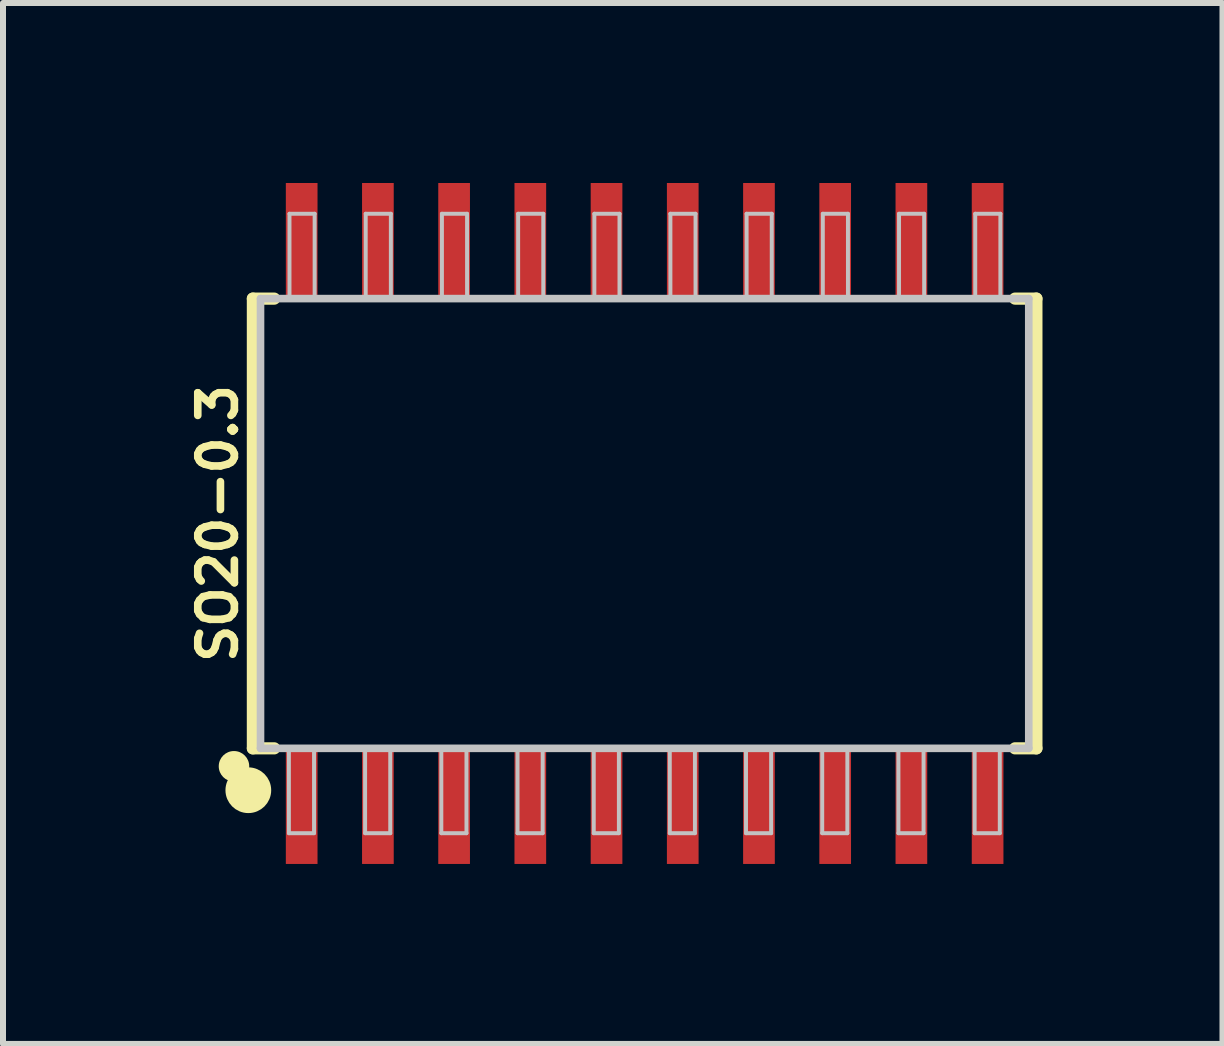
<source format=kicad_pcb>
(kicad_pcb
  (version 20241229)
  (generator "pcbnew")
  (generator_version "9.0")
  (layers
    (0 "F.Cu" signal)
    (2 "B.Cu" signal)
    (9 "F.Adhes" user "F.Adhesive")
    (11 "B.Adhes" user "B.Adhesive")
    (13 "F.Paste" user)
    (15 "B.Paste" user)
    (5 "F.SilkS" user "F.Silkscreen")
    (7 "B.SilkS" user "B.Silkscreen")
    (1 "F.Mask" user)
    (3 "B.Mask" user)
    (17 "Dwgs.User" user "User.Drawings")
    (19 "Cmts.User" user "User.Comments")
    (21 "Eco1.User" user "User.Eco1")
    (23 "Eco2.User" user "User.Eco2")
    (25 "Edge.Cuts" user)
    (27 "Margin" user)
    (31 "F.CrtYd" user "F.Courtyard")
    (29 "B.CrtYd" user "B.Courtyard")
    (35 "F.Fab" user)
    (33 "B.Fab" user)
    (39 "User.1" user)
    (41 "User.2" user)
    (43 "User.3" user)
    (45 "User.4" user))
  (footprint "SO20-0.3"
    (layer "F.Cu")
    (at 7.692 5.673)
    (property "Reference" "SO20-0.3" (at -7.112 0 90) (layer "F.SilkS") (effects (font (size 0.61 0.61) (thickness 0.127))))
    (attr smd)
    (fp_line (start -6.528 -3.747) (end -6.528 3.747) (stroke (width 0.203) (type solid)) (layer "F.SilkS"))
    (fp_line (start -6.528 -3.747) (end -6.172 -3.747) (stroke (width 0.203) (type solid)) (layer "F.SilkS"))
    (fp_line (start -6.528 3.747) (end -6.172 3.747) (stroke (width 0.203) (type solid)) (layer "F.SilkS"))
    (fp_line (start 6.528 -3.747) (end 6.172 -3.747) (stroke (width 0.203) (type solid)) (layer "F.SilkS"))
    (fp_line (start 6.528 3.747) (end 6.172 3.747) (stroke (width 0.203) (type solid)) (layer "F.SilkS"))
    (fp_line (start 6.528 3.747) (end 6.528 -3.747) (stroke (width 0.203) (type solid)) (layer "F.SilkS"))
    (fp_circle (center -6.843 4.046) (end -6.843 3.792) (stroke (width 0) (type solid)) (fill yes) (layer "F.SilkS"))
    (fp_circle (center -6.604 4.445) (end -6.477 4.445) (stroke (width 0.254) (type solid)) (fill no) (layer "F.SilkS"))
    (fp_circle (center -6.604 4.445) (end -6.35 4.445) (stroke (width 0.254) (type solid)) (fill no) (layer "F.SilkS"))
    (fp_line (start -6.401 -3.747) (end -6.401 3.747) (stroke (width 0.127) (type solid)) (layer "Dwgs.User"))
    (fp_line (start -6.401 3.747) (end 6.401 3.747) (stroke (width 0.127) (type solid)) (layer "Dwgs.User"))
    (fp_line (start -5.928 3.747) (end -5.509 3.747) (stroke (width 0.066) (type solid)) (layer "Dwgs.User"))
    (fp_line (start -5.928 5.161) (end -5.928 3.747) (stroke (width 0.066) (type solid)) (layer "Dwgs.User"))
    (fp_line (start -5.928 5.161) (end -5.509 5.161) (stroke (width 0.066) (type solid)) (layer "Dwgs.User"))
    (fp_line (start -5.918 -5.161) (end -5.499 -5.161) (stroke (width 0.066) (type solid)) (layer "Dwgs.User"))
    (fp_line (start -5.918 -3.747) (end -5.918 -5.161) (stroke (width 0.066) (type solid)) (layer "Dwgs.User"))
    (fp_line (start -5.918 -3.747) (end -5.499 -3.747) (stroke (width 0.066) (type solid)) (layer "Dwgs.User"))
    (fp_line (start -5.509 5.161) (end -5.509 3.747) (stroke (width 0.066) (type solid)) (layer "Dwgs.User"))
    (fp_line (start -5.499 -3.747) (end -5.499 -5.161) (stroke (width 0.066) (type solid)) (layer "Dwgs.User"))
    (fp_line (start -4.658 3.747) (end -4.239 3.747) (stroke (width 0.066) (type solid)) (layer "Dwgs.User"))
    (fp_line (start -4.658 5.161) (end -4.658 3.747) (stroke (width 0.066) (type solid)) (layer "Dwgs.User"))
    (fp_line (start -4.658 5.161) (end -4.239 5.161) (stroke (width 0.066) (type solid)) (layer "Dwgs.User"))
    (fp_line (start -4.648 -5.161) (end -4.229 -5.161) (stroke (width 0.066) (type solid)) (layer "Dwgs.User"))
    (fp_line (start -4.648 -3.747) (end -4.648 -5.161) (stroke (width 0.066) (type solid)) (layer "Dwgs.User"))
    (fp_line (start -4.648 -3.747) (end -4.229 -3.747) (stroke (width 0.066) (type solid)) (layer "Dwgs.User"))
    (fp_line (start -4.239 5.161) (end -4.239 3.747) (stroke (width 0.066) (type solid)) (layer "Dwgs.User"))
    (fp_line (start -4.229 -3.747) (end -4.229 -5.161) (stroke (width 0.066) (type solid)) (layer "Dwgs.User"))
    (fp_line (start -3.388 3.747) (end -2.969 3.747) (stroke (width 0.066) (type solid)) (layer "Dwgs.User"))
    (fp_line (start -3.388 5.161) (end -3.388 3.747) (stroke (width 0.066) (type solid)) (layer "Dwgs.User"))
    (fp_line (start -3.388 5.161) (end -2.969 5.161) (stroke (width 0.066) (type solid)) (layer "Dwgs.User"))
    (fp_line (start -3.378 -5.161) (end -2.959 -5.161) (stroke (width 0.066) (type solid)) (layer "Dwgs.User"))
    (fp_line (start -3.378 -3.747) (end -3.378 -5.161) (stroke (width 0.066) (type solid)) (layer "Dwgs.User"))
    (fp_line (start -3.378 -3.747) (end -2.959 -3.747) (stroke (width 0.066) (type solid)) (layer "Dwgs.User"))
    (fp_line (start -2.969 5.161) (end -2.969 3.747) (stroke (width 0.066) (type solid)) (layer "Dwgs.User"))
    (fp_line (start -2.959 -3.747) (end -2.959 -5.161) (stroke (width 0.066) (type solid)) (layer "Dwgs.User"))
    (fp_line (start -2.118 3.747) (end -1.699 3.747) (stroke (width 0.066) (type solid)) (layer "Dwgs.User"))
    (fp_line (start -2.118 5.161) (end -2.118 3.747) (stroke (width 0.066) (type solid)) (layer "Dwgs.User"))
    (fp_line (start -2.118 5.161) (end -1.699 5.161) (stroke (width 0.066) (type solid)) (layer "Dwgs.User"))
    (fp_line (start -2.108 -5.161) (end -1.689 -5.161) (stroke (width 0.066) (type solid)) (layer "Dwgs.User"))
    (fp_line (start -2.108 -3.747) (end -2.108 -5.161) (stroke (width 0.066) (type solid)) (layer "Dwgs.User"))
    (fp_line (start -2.108 -3.747) (end -1.689 -3.747) (stroke (width 0.066) (type solid)) (layer "Dwgs.User"))
    (fp_line (start -1.699 5.161) (end -1.699 3.747) (stroke (width 0.066) (type solid)) (layer "Dwgs.User"))
    (fp_line (start -1.689 -3.747) (end -1.689 -5.161) (stroke (width 0.066) (type solid)) (layer "Dwgs.User"))
    (fp_line (start -0.848 3.747) (end -0.429 3.747) (stroke (width 0.066) (type solid)) (layer "Dwgs.User"))
    (fp_line (start -0.848 5.161) (end -0.848 3.747) (stroke (width 0.066) (type solid)) (layer "Dwgs.User"))
    (fp_line (start -0.848 5.161) (end -0.429 5.161) (stroke (width 0.066) (type solid)) (layer "Dwgs.User"))
    (fp_line (start -0.838 -5.161) (end -0.419 -5.161) (stroke (width 0.066) (type solid)) (layer "Dwgs.User"))
    (fp_line (start -0.838 -3.747) (end -0.838 -5.161) (stroke (width 0.066) (type solid)) (layer "Dwgs.User"))
    (fp_line (start -0.838 -3.747) (end -0.419 -3.747) (stroke (width 0.066) (type solid)) (layer "Dwgs.User"))
    (fp_line (start -0.429 5.161) (end -0.429 3.747) (stroke (width 0.066) (type solid)) (layer "Dwgs.User"))
    (fp_line (start -0.419 -3.747) (end -0.419 -5.161) (stroke (width 0.066) (type solid)) (layer "Dwgs.User"))
    (fp_line (start 0.419 3.747) (end 0.838 3.747) (stroke (width 0.066) (type solid)) (layer "Dwgs.User"))
    (fp_line (start 0.419 5.161) (end 0.419 3.747) (stroke (width 0.066) (type solid)) (layer "Dwgs.User"))
    (fp_line (start 0.419 5.161) (end 0.838 5.161) (stroke (width 0.066) (type solid)) (layer "Dwgs.User"))
    (fp_line (start 0.429 -5.161) (end 0.848 -5.161) (stroke (width 0.066) (type solid)) (layer "Dwgs.User"))
    (fp_line (start 0.429 -3.747) (end 0.429 -5.161) (stroke (width 0.066) (type solid)) (layer "Dwgs.User"))
    (fp_line (start 0.429 -3.747) (end 0.848 -3.747) (stroke (width 0.066) (type solid)) (layer "Dwgs.User"))
    (fp_line (start 0.838 5.161) (end 0.838 3.747) (stroke (width 0.066) (type solid)) (layer "Dwgs.User"))
    (fp_line (start 0.848 -3.747) (end 0.848 -5.161) (stroke (width 0.066) (type solid)) (layer "Dwgs.User"))
    (fp_line (start 1.689 3.747) (end 2.108 3.747) (stroke (width 0.066) (type solid)) (layer "Dwgs.User"))
    (fp_line (start 1.689 5.161) (end 1.689 3.747) (stroke (width 0.066) (type solid)) (layer "Dwgs.User"))
    (fp_line (start 1.689 5.161) (end 2.108 5.161) (stroke (width 0.066) (type solid)) (layer "Dwgs.User"))
    (fp_line (start 1.699 -5.161) (end 2.118 -5.161) (stroke (width 0.066) (type solid)) (layer "Dwgs.User"))
    (fp_line (start 1.699 -3.747) (end 1.699 -5.161) (stroke (width 0.066) (type solid)) (layer "Dwgs.User"))
    (fp_line (start 1.699 -3.747) (end 2.118 -3.747) (stroke (width 0.066) (type solid)) (layer "Dwgs.User"))
    (fp_line (start 2.108 5.161) (end 2.108 3.747) (stroke (width 0.066) (type solid)) (layer "Dwgs.User"))
    (fp_line (start 2.118 -3.747) (end 2.118 -5.161) (stroke (width 0.066) (type solid)) (layer "Dwgs.User"))
    (fp_line (start 2.959 3.747) (end 3.378 3.747) (stroke (width 0.066) (type solid)) (layer "Dwgs.User"))
    (fp_line (start 2.959 5.161) (end 2.959 3.747) (stroke (width 0.066) (type solid)) (layer "Dwgs.User"))
    (fp_line (start 2.959 5.161) (end 3.378 5.161) (stroke (width 0.066) (type solid)) (layer "Dwgs.User"))
    (fp_line (start 2.969 -5.161) (end 3.388 -5.161) (stroke (width 0.066) (type solid)) (layer "Dwgs.User"))
    (fp_line (start 2.969 -3.747) (end 2.969 -5.161) (stroke (width 0.066) (type solid)) (layer "Dwgs.User"))
    (fp_line (start 2.969 -3.747) (end 3.388 -3.747) (stroke (width 0.066) (type solid)) (layer "Dwgs.User"))
    (fp_line (start 3.378 5.161) (end 3.378 3.747) (stroke (width 0.066) (type solid)) (layer "Dwgs.User"))
    (fp_line (start 3.388 -3.747) (end 3.388 -5.161) (stroke (width 0.066) (type solid)) (layer "Dwgs.User"))
    (fp_line (start 4.229 3.747) (end 4.648 3.747) (stroke (width 0.066) (type solid)) (layer "Dwgs.User"))
    (fp_line (start 4.229 5.161) (end 4.229 3.747) (stroke (width 0.066) (type solid)) (layer "Dwgs.User"))
    (fp_line (start 4.229 5.161) (end 4.648 5.161) (stroke (width 0.066) (type solid)) (layer "Dwgs.User"))
    (fp_line (start 4.239 -5.161) (end 4.658 -5.161) (stroke (width 0.066) (type solid)) (layer "Dwgs.User"))
    (fp_line (start 4.239 -3.747) (end 4.239 -5.161) (stroke (width 0.066) (type solid)) (layer "Dwgs.User"))
    (fp_line (start 4.239 -3.747) (end 4.658 -3.747) (stroke (width 0.066) (type solid)) (layer "Dwgs.User"))
    (fp_line (start 4.648 5.161) (end 4.648 3.747) (stroke (width 0.066) (type solid)) (layer "Dwgs.User"))
    (fp_line (start 4.658 -3.747) (end 4.658 -5.161) (stroke (width 0.066) (type solid)) (layer "Dwgs.User"))
    (fp_line (start 5.499 3.747) (end 5.918 3.747) (stroke (width 0.066) (type solid)) (layer "Dwgs.User"))
    (fp_line (start 5.499 5.161) (end 5.499 3.747) (stroke (width 0.066) (type solid)) (layer "Dwgs.User"))
    (fp_line (start 5.499 5.161) (end 5.918 5.161) (stroke (width 0.066) (type solid)) (layer "Dwgs.User"))
    (fp_line (start 5.509 -5.161) (end 5.928 -5.161) (stroke (width 0.066) (type solid)) (layer "Dwgs.User"))
    (fp_line (start 5.509 -3.747) (end 5.509 -5.161) (stroke (width 0.066) (type solid)) (layer "Dwgs.User"))
    (fp_line (start 5.509 -3.747) (end 5.928 -3.747) (stroke (width 0.066) (type solid)) (layer "Dwgs.User"))
    (fp_line (start 5.918 5.161) (end 5.918 3.747) (stroke (width 0.066) (type solid)) (layer "Dwgs.User"))
    (fp_line (start 5.928 -3.747) (end 5.928 -5.161) (stroke (width 0.066) (type solid)) (layer "Dwgs.User"))
    (fp_line (start 6.401 -3.747) (end -6.401 -3.747) (stroke (width 0.127) (type solid)) (layer "Dwgs.User"))
    (fp_line (start 6.401 3.747) (end 6.401 -3.747) (stroke (width 0.127) (type solid)) (layer "Dwgs.User"))
    (pad "1" smd rect (at -5.715 4.684 180) (size 0.528 1.979) (layers "F.Cu" "F.Mask" "F.Paste"))
    (pad "2" smd rect (at -4.445 4.684 180) (size 0.528 1.979) (layers "F.Cu" "F.Mask" "F.Paste"))
    (pad "3" smd rect (at -3.175 4.684 180) (size 0.528 1.979) (layers "F.Cu" "F.Mask" "F.Paste"))
    (pad "4" smd rect (at -1.905 4.684 180) (size 0.528 1.979) (layers "F.Cu" "F.Mask" "F.Paste"))
    (pad "5" smd rect (at -0.635 4.684 180) (size 0.528 1.979) (layers "F.Cu" "F.Mask" "F.Paste"))
    (pad "6" smd rect (at 0.635 4.684 180) (size 0.528 1.979) (layers "F.Cu" "F.Mask" "F.Paste"))
    (pad "7" smd rect (at 1.905 4.684 180) (size 0.528 1.979) (layers "F.Cu" "F.Mask" "F.Paste"))
    (pad "8" smd rect (at 3.175 4.684 180) (size 0.528 1.979) (layers "F.Cu" "F.Mask" "F.Paste"))
    (pad "9" smd rect (at 4.445 4.684 180) (size 0.528 1.979) (layers "F.Cu" "F.Mask" "F.Paste"))
    (pad "10" smd rect (at 5.715 4.684 180) (size 0.528 1.979) (layers "F.Cu" "F.Mask" "F.Paste"))
    (pad "11" smd rect (at 5.715 -4.684 180) (size 0.528 1.979) (layers "F.Cu" "F.Mask" "F.Paste"))
    (pad "12" smd rect (at 4.445 -4.684 180) (size 0.528 1.979) (layers "F.Cu" "F.Mask" "F.Paste"))
    (pad "13" smd rect (at 3.175 -4.684 180) (size 0.528 1.979) (layers "F.Cu" "F.Mask" "F.Paste"))
    (pad "14" smd rect (at 1.905 -4.684 180) (size 0.528 1.979) (layers "F.Cu" "F.Mask" "F.Paste"))
    (pad "15" smd rect (at 0.635 -4.684 180) (size 0.528 1.979) (layers "F.Cu" "F.Mask" "F.Paste"))
    (pad "16" smd rect (at -0.635 -4.684 180) (size 0.528 1.979) (layers "F.Cu" "F.Mask" "F.Paste"))
    (pad "17" smd rect (at -1.905 -4.684 180) (size 0.528 1.979) (layers "F.Cu" "F.Mask" "F.Paste"))
    (pad "18" smd rect (at -3.175 -4.684 180) (size 0.528 1.979) (layers "F.Cu" "F.Mask" "F.Paste"))
    (pad "19" smd rect (at -4.445 -4.684 180) (size 0.528 1.979) (layers "F.Cu" "F.Mask" "F.Paste"))
    (pad "20" smd rect (at -5.715 -4.684 180) (size 0.528 1.979) (layers "F.Cu" "F.Mask" "F.Paste")))
  (gr_rect
    (start -3 -3)
    (end 17.321 14.346)
    (stroke (width 0.1) (type default))
    (fill no)
    (layer "Edge.Cuts")))
</source>
